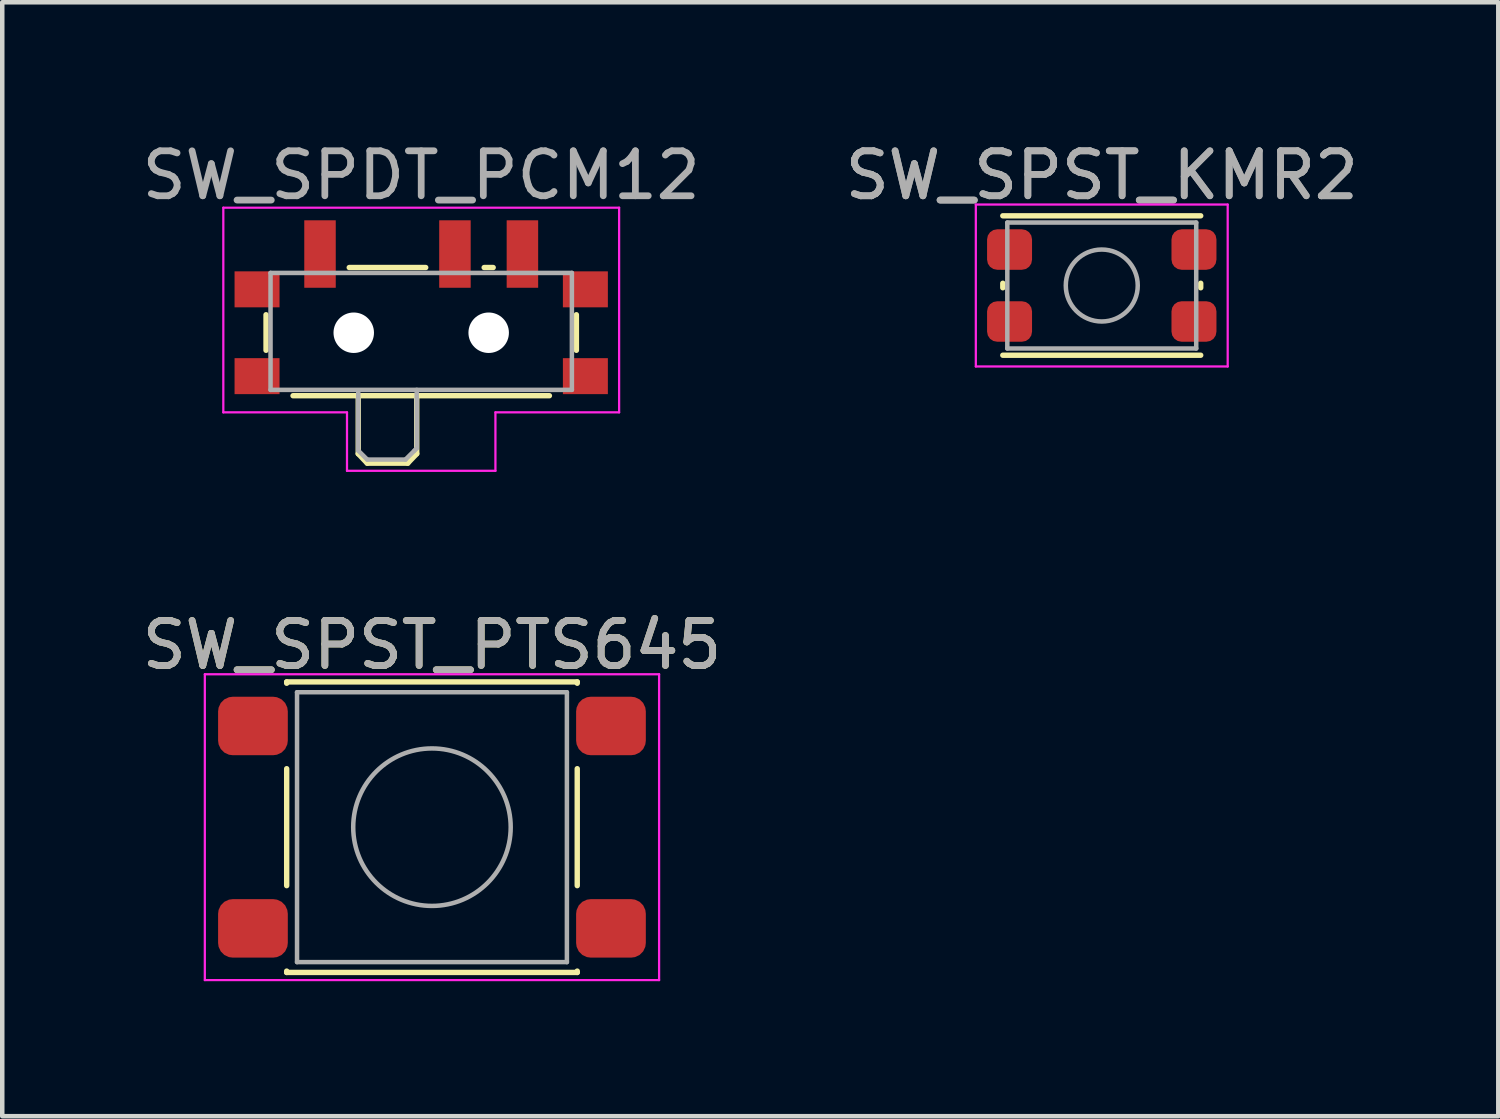
<source format=kicad_pcb>
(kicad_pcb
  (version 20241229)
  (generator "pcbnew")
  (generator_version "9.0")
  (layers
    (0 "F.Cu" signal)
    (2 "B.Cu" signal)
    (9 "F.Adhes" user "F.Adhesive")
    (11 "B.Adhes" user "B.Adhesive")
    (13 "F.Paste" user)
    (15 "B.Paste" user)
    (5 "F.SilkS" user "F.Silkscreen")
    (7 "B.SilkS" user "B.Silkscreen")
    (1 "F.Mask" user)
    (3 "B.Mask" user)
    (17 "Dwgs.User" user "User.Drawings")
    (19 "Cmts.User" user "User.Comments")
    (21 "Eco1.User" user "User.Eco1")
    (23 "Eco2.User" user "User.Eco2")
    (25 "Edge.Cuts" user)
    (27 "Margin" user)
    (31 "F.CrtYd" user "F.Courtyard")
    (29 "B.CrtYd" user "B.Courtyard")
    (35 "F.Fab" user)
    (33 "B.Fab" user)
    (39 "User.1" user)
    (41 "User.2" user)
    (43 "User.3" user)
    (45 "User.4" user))
  (footprint "SW_SPST_PTS645"
    (layer "F.Cu")
    (at 6.554 15.341)
    (property "Reference" "SW_SPST_PTS645" (at 0 -4.05 0) (layer "F.SilkS") (effects (font (size 1 1) (thickness 0.15))))
    (attr smd)
    (fp_line (start -3.23 -3.23) (end 3.23 -3.23) (stroke (width 0.12) (type solid)) (layer "F.SilkS"))
    (fp_line (start -3.23 -3.2) (end -3.23 -3.23) (stroke (width 0.12) (type solid)) (layer "F.SilkS"))
    (fp_line (start -3.23 -1.3) (end -3.23 1.3) (stroke (width 0.12) (type solid)) (layer "F.SilkS"))
    (fp_line (start -3.23 3.23) (end -3.23 3.2) (stroke (width 0.12) (type solid)) (layer "F.SilkS"))
    (fp_line (start -3.23 3.23) (end 3.23 3.23) (stroke (width 0.12) (type solid)) (layer "F.SilkS"))
    (fp_line (start 3.23 -3.23) (end 3.23 -3.2) (stroke (width 0.12) (type solid)) (layer "F.SilkS"))
    (fp_line (start 3.23 -1.3) (end 3.23 1.3) (stroke (width 0.12) (type solid)) (layer "F.SilkS"))
    (fp_line (start 3.23 3.23) (end 3.23 3.2) (stroke (width 0.12) (type solid)) (layer "F.SilkS"))
    (fp_line (start -5.05 -3.4) (end -5.05 3.4) (stroke (width 0.05) (type solid)) (layer "F.CrtYd"))
    (fp_line (start -5.05 -3.4) (end 5.05 -3.4) (stroke (width 0.05) (type solid)) (layer "F.CrtYd"))
    (fp_line (start -5.05 3.4) (end 5.05 3.4) (stroke (width 0.05) (type solid)) (layer "F.CrtYd"))
    (fp_line (start 5.05 3.4) (end 5.05 -3.4) (stroke (width 0.05) (type solid)) (layer "F.CrtYd"))
    (fp_line (start -3 -3) (end -3 3) (stroke (width 0.1) (type solid)) (layer "F.Fab"))
    (fp_line (start -3 3) (end 3 3) (stroke (width 0.1) (type solid)) (layer "F.Fab"))
    (fp_line (start 3 -3) (end -3 -3) (stroke (width 0.1) (type solid)) (layer "F.Fab"))
    (fp_line (start 3 3) (end 3 -3) (stroke (width 0.1) (type solid)) (layer "F.Fab"))
    (fp_circle (center 0 0) (end 1.75 -0.05) (stroke (width 0.1) (type solid)) (fill no) (layer "F.Fab"))
    (fp_text user "${REFERENCE}" (at 0 -4.05 0) (layer "F.Fab") (effects (font (size 1 1) (thickness 0.15))))
    (pad "1" smd roundrect (at -3.98 -2.25) (size 1.55 1.3) (layers "F.Cu" "F.Mask" "F.Paste") (roundrect_rratio 0.25))
    (pad "1" smd roundrect (at 3.98 -2.25) (size 1.55 1.3) (layers "F.Cu" "F.Mask" "F.Paste") (roundrect_rratio 0.25))
    (pad "2" smd roundrect (at -3.98 2.25) (size 1.55 1.3) (layers "F.Cu" "F.Mask" "F.Paste") (roundrect_rratio 0.25))
    (pad "2" smd roundrect (at 3.98 2.25) (size 1.55 1.3) (layers "F.Cu" "F.Mask" "F.Paste") (roundrect_rratio 0.25)))
  (footprint "SW_SPDT_PCM12"
    (layer "F.Cu")
    (at 6.315 4.348)
    (property "Reference" "SW_SPDT_PCM12" (at 0 -3.5 0) (layer "F.Fab") (effects (font (size 1 1) (thickness 0.15))))
    (attr smd)
    (fp_line (start -3.45 -0.4) (end -3.45 0.39) (stroke (width 0.12) (type solid)) (layer "F.SilkS"))
    (fp_line (start -2.85 1.4) (end 2.85 1.4) (stroke (width 0.12) (type solid)) (layer "F.SilkS"))
    (fp_line (start -1.6 -1.45) (end 0.1 -1.45) (stroke (width 0.12) (type solid)) (layer "F.SilkS"))
    (fp_line (start -1.4 1.4) (end -1.4 2.69) (stroke (width 0.12) (type solid)) (layer "F.SilkS"))
    (fp_line (start -1.4 2.69) (end -1.2 2.9) (stroke (width 0.12) (type solid)) (layer "F.SilkS"))
    (fp_line (start -1.2 2.9) (end -0.3 2.9) (stroke (width 0.12) (type solid)) (layer "F.SilkS"))
    (fp_line (start -0.1 2.69) (end -0.3 2.9) (stroke (width 0.12) (type solid)) (layer "F.SilkS"))
    (fp_line (start -0.1 2.69) (end -0.1 1.4) (stroke (width 0.12) (type solid)) (layer "F.SilkS"))
    (fp_line (start 1.4 -1.45) (end 1.6 -1.45) (stroke (width 0.12) (type solid)) (layer "F.SilkS"))
    (fp_line (start 3.45 0.39) (end 3.45 -0.4) (stroke (width 0.12) (type solid)) (layer "F.SilkS"))
    (fp_line (start -4.4 -2.78) (end 4.4 -2.78) (stroke (width 0.05) (type solid)) (layer "F.CrtYd"))
    (fp_line (start -4.4 1.77) (end -4.4 -2.78) (stroke (width 0.05) (type solid)) (layer "F.CrtYd"))
    (fp_line (start -1.65 1.77) (end -4.4 1.77) (stroke (width 0.05) (type solid)) (layer "F.CrtYd"))
    (fp_line (start -1.65 3.07) (end -1.65 1.77) (stroke (width 0.05) (type solid)) (layer "F.CrtYd"))
    (fp_line (start 1.65 1.77) (end 1.65 3.07) (stroke (width 0.05) (type solid)) (layer "F.CrtYd"))
    (fp_line (start 1.65 3.07) (end -1.65 3.07) (stroke (width 0.05) (type solid)) (layer "F.CrtYd"))
    (fp_line (start 4.4 -2.78) (end 4.4 1.77) (stroke (width 0.05) (type solid)) (layer "F.CrtYd"))
    (fp_line (start 4.4 1.77) (end 1.65 1.77) (stroke (width 0.05) (type solid)) (layer "F.CrtYd"))
    (fp_line (start -3.35 -1.33) (end -3.35 1.27) (stroke (width 0.1) (type solid)) (layer "F.Fab"))
    (fp_line (start -3.35 1.27) (end 3.35 1.27) (stroke (width 0.1) (type solid)) (layer "F.Fab"))
    (fp_line (start -1.4 1.32) (end -1.4 2.62) (stroke (width 0.1) (type solid)) (layer "F.Fab"))
    (fp_line (start -1.4 2.62) (end -1.2 2.82) (stroke (width 0.1) (type solid)) (layer "F.Fab"))
    (fp_line (start -1.2 2.82) (end -0.35 2.82) (stroke (width 0.1) (type solid)) (layer "F.Fab"))
    (fp_line (start -0.35 2.82) (end -0.15 2.62) (stroke (width 0.1) (type solid)) (layer "F.Fab"))
    (fp_line (start -0.15 2.62) (end -0.1 2.57) (stroke (width 0.1) (type solid)) (layer "F.Fab"))
    (fp_line (start -0.1 2.57) (end -0.1 1.27) (stroke (width 0.1) (type solid)) (layer "F.Fab"))
    (fp_line (start 3.35 -1.33) (end -3.35 -1.33) (stroke (width 0.1) (type solid)) (layer "F.Fab"))
    (fp_line (start 3.35 1.27) (end 3.35 -1.33) (stroke (width 0.1) (type solid)) (layer "F.Fab"))
    (pad "" smd rect (at -3.65 -0.965) (size 1 0.8) (layers "F.Cu" "F.Mask" "F.Paste"))
    (pad "" smd rect (at -3.65 0.965) (size 1 0.8) (layers "F.Cu" "F.Mask" "F.Paste"))
    (pad "" np_thru_hole circle (at -1.5 0) (size 0.9 0.9) (drill 0.9) (layers "*.Cu" "*.Mask"))
    (pad "" np_thru_hole circle (at 1.5 0) (size 0.9 0.9) (drill 0.9) (layers "*.Cu" "*.Mask"))
    (pad "" smd rect (at 3.65 -0.965) (size 1 0.8) (layers "F.Cu" "F.Mask" "F.Paste"))
    (pad "" smd rect (at 3.65 0.965) (size 1 0.8) (layers "F.Cu" "F.Mask" "F.Paste"))
    (pad "1" smd rect (at -2.25 -1.75) (size 0.7 1.5) (layers "F.Cu" "F.Mask" "F.Paste"))
    (pad "2" smd rect (at 0.75 -1.75) (size 0.7 1.5) (layers "F.Cu" "F.Mask" "F.Paste"))
    (pad "3" smd rect (at 2.25 -1.75) (size 0.7 1.5) (layers "F.Cu" "F.Mask" "F.Paste")))
  (footprint "SW_SPST_KMR2"
    (layer "F.Cu")
    (at 21.446 3.298)
    (property "Reference" "SW_SPST_KMR2" (at 0 -2.45 0) (layer "F.Fab") (effects (font (size 1 1) (thickness 0.15))))
    (attr smd)
    (fp_line (start -2.2 0.05) (end -2.2 -0.05) (stroke (width 0.12) (type solid)) (layer "F.SilkS"))
    (fp_line (start -2.2 1.55) (end 2.2 1.55) (stroke (width 0.12) (type solid)) (layer "F.SilkS"))
    (fp_line (start 2.2 -1.55) (end -2.2 -1.55) (stroke (width 0.12) (type solid)) (layer "F.SilkS"))
    (fp_line (start 2.2 0.05) (end 2.2 -0.05) (stroke (width 0.12) (type solid)) (layer "F.SilkS"))
    (fp_line (start -2.8 -1.8) (end 2.8 -1.8) (stroke (width 0.05) (type solid)) (layer "F.CrtYd"))
    (fp_line (start -2.8 1.8) (end -2.8 -1.8) (stroke (width 0.05) (type solid)) (layer "F.CrtYd"))
    (fp_line (start 2.8 -1.8) (end 2.8 1.8) (stroke (width 0.05) (type solid)) (layer "F.CrtYd"))
    (fp_line (start 2.8 1.8) (end -2.8 1.8) (stroke (width 0.05) (type solid)) (layer "F.CrtYd"))
    (fp_line (start -2.1 -1.4) (end 2.1 -1.4) (stroke (width 0.1) (type solid)) (layer "F.Fab"))
    (fp_line (start -2.1 1.4) (end -2.1 -1.4) (stroke (width 0.1) (type solid)) (layer "F.Fab"))
    (fp_line (start 2.1 -1.4) (end 2.1 1.4) (stroke (width 0.1) (type solid)) (layer "F.Fab"))
    (fp_line (start 2.1 1.4) (end -2.1 1.4) (stroke (width 0.1) (type solid)) (layer "F.Fab"))
    (fp_circle (center 0 0) (end 0 0.8) (stroke (width 0.1) (type solid)) (fill no) (layer "F.Fab"))
    (fp_text user "${REFERENCE}" (at 0 -2.45 0) (layer "F.Fab") (effects (font (size 1 1) (thickness 0.15))))
    (pad "1" smd roundrect (at -2.05 -0.8 90) (size 0.9 1) (layers "F.Cu" "F.Mask" "F.Paste") (roundrect_rratio 0.25))
    (pad "1" smd roundrect (at 2.05 -0.8 90) (size 0.9 1) (layers "F.Cu" "F.Mask" "F.Paste") (roundrect_rratio 0.25))
    (pad "2" smd roundrect (at -2.05 0.8 90) (size 0.9 1) (layers "F.Cu" "F.Mask" "F.Paste") (roundrect_rratio 0.25))
    (pad "2" smd roundrect (at 2.05 0.8 90) (size 0.9 1) (layers "F.Cu" "F.Mask" "F.Paste") (roundrect_rratio 0.25)))
  (gr_rect
    (start -3 -3)
    (end 30.262 21.767)
    (stroke (width 0.1) (type default))
    (fill no)
    (layer "Edge.Cuts")))
</source>
